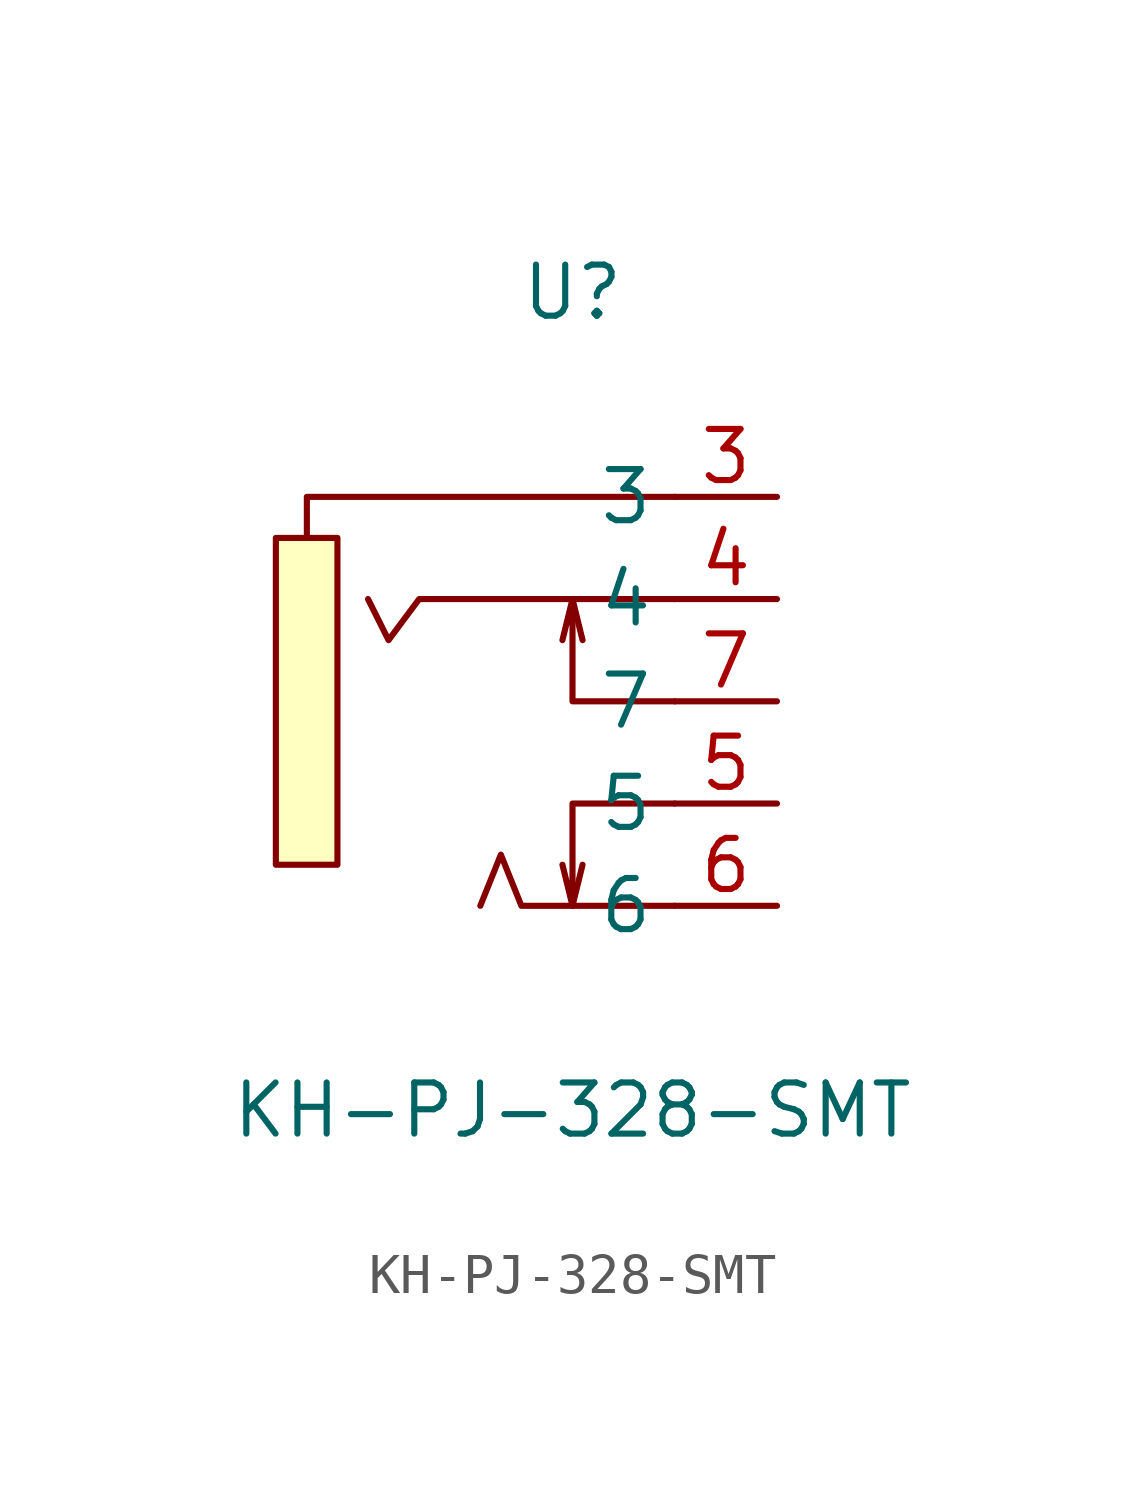
<source format=kicad_sym>
(kicad_symbol_lib
  (version 20211014)
  (generator https://github.com/uPesy/easyeda2kicad.py)
  (symbol "KH-PJ-328-SMT"
    (property "Reference" "U"
      (at 0 10.16 0)
      (effects (font (size 1.27 1.27))))
    (property "Value" "KH-PJ-328-SMT"
      (at 0 -10.16 0)
      (effects (font (size 1.27 1.27))))
    (symbol "KH-PJ-328-SMT_0_1"
      (rectangle (start -7.37 4.06) (end -5.84 -4.06) (stroke (width 0) (type default) (color 0 0 0 0)) (fill (type background)))
      (polyline (pts (xy 0.00 2.54) (xy 0.25 1.52)) (stroke (width 0) (type default) (color 0 0 0 0)) (fill (type none)))
      (polyline (pts (xy 2.54 -0.00) (xy 0.00 -0.00) (xy 0.00 2.54) (xy -0.25 1.52)) (stroke (width 0) (type default) (color 0 0 0 0)) (fill (type none)))
      (polyline (pts (xy 2.54 -5.08) (xy -1.27 -5.08) (xy -1.78 -3.81) (xy -2.29 -5.08)) (stroke (width 0) (type default) (color 0 0 0 0)) (fill (type none)))
      (polyline (pts (xy 2.54 5.08) (xy -6.60 5.08) (xy -6.60 4.06)) (stroke (width 0) (type default) (color 0 0 0 0)) (fill (type none)))
      (polyline (pts (xy 2.54 -2.54) (xy 0.00 -2.54) (xy 0.00 -5.08) (xy -0.25 -4.06)) (stroke (width 0) (type default) (color 0 0 0 0)) (fill (type none)))
      (polyline (pts (xy 0.00 -5.08) (xy 0.25 -4.06)) (stroke (width 0) (type default) (color 0 0 0 0)) (fill (type none)))
      (polyline (pts (xy 2.54 2.54) (xy -3.81 2.54) (xy -4.57 1.52) (xy -5.08 2.54)) (stroke (width 0) (type default) (color 0 0 0 0)) (fill (type none)))
      (pin unspecified line (at 5.08 -0.00 180) (length 2.54) (name "7" (effects (font (size 1.27 1.27)))) (number "7" (effects (font (size 1.27 1.27)))))
      (pin unspecified line (at 5.08 -2.54 180) (length 2.54) (name "5" (effects (font (size 1.27 1.27)))) (number "5" (effects (font (size 1.27 1.27)))))
      (pin unspecified line (at 5.08 2.54 180) (length 2.54) (name "4" (effects (font (size 1.27 1.27)))) (number "4" (effects (font (size 1.27 1.27)))))
      (pin unspecified line (at 5.08 -5.08 180) (length 2.54) (name "6" (effects (font (size 1.27 1.27)))) (number "6" (effects (font (size 1.27 1.27)))))
      (pin unspecified line (at 5.08 5.08 180) (length 2.54) (name "3" (effects (font (size 1.27 1.27)))) (number "3" (effects (font (size 1.27 1.27))))))))
</source>
